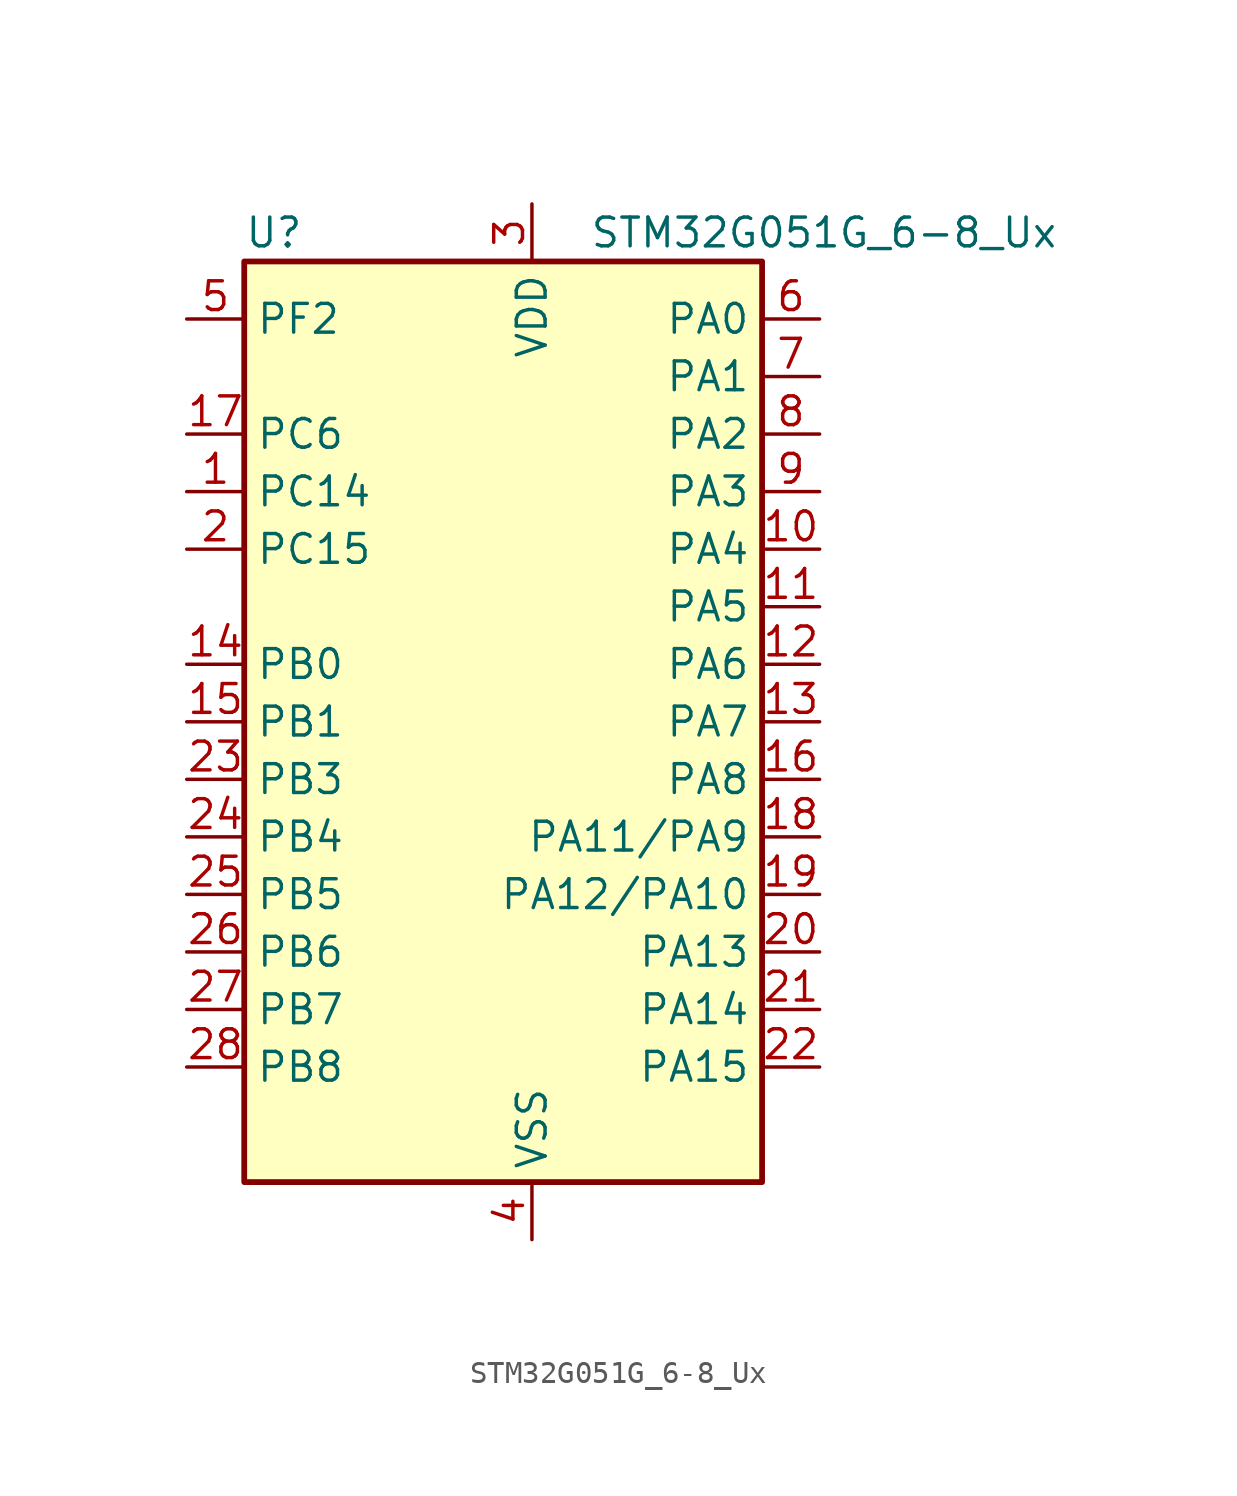
<source format=kicad_sym>
(kicad_symbol_lib
  (version 20231120)
  (generator "kicad_symbol_editor")
  (generator_version "8.0")
  (symbol "STM32G051G_6-8_Ux"
    (property "Reference" "U"
      (at -10.16 21.59 0)
      (effects (font (size 1.27 1.27)) (justify left)))
    (property "Value" "STM32G051G_6-8_Ux"
      (at 5.08 21.59 0)
      (effects (font (size 1.27 1.27)) (justify left)))
    (property "ki_locked" ""
      (at 0 0 0)
      (effects (font (size 1.27 1.27))))
    (symbol "STM32G051G_6-8_Ux_0_1"
      (rectangle (start -10.16 -20.32) (end 12.7 20.32) (stroke (width 0.254) (type default)) (fill (type background))))
    (symbol "STM32G051G_6-8_Ux_1_1"
      (pin bidirectional line (at -12.7 10.16 0) (length 2.54) (name "PC14" (effects (font (size 1.27 1.27)))) (number "1" (effects (font (size 1.27 1.27)))) (alternate "RCC_OSC32_IN" bidirectional line) (alternate "RCC_OSC_IN" bidirectional line) (alternate "TIM1_BK2" bidirectional line))
      (pin bidirectional line (at 15.24 7.62 180) (length 2.54) (name "PA4" (effects (font (size 1.27 1.27)))) (number "10" (effects (font (size 1.27 1.27)))) (alternate "ADC1_IN4" bidirectional line) (alternate "DAC1_OUT1" bidirectional line) (alternate "I2S1_WS" bidirectional line) (alternate "LPTIM2_OUT" bidirectional line) (alternate "RTC_OUT1" bidirectional line) (alternate "RTC_TAMP_IN1" bidirectional line) (alternate "RTC_TS" bidirectional line) (alternate "SPI1_NSS" bidirectional line) (alternate "SPI2_MOSI" bidirectional line) (alternate "SYS_WKUP2" bidirectional line) (alternate "TIM14_CH1" bidirectional line))
      (pin bidirectional line (at 15.24 5.08 180) (length 2.54) (name "PA5" (effects (font (size 1.27 1.27)))) (number "11" (effects (font (size 1.27 1.27)))) (alternate "ADC1_IN5" bidirectional line) (alternate "DAC1_OUT2" bidirectional line) (alternate "I2S1_CK" bidirectional line) (alternate "LPTIM2_ETR" bidirectional line) (alternate "SPI1_SCK" bidirectional line) (alternate "TIM2_CH1" bidirectional line) (alternate "TIM2_ETR" bidirectional line))
      (pin bidirectional line (at 15.24 2.54 180) (length 2.54) (name "PA6" (effects (font (size 1.27 1.27)))) (number "12" (effects (font (size 1.27 1.27)))) (alternate "ADC1_IN6" bidirectional line) (alternate "COMP1_OUT" bidirectional line) (alternate "I2S1_MCK" bidirectional line) (alternate "LPUART1_CTS" bidirectional line) (alternate "SPI1_MISO" bidirectional line) (alternate "TIM16_CH1" bidirectional line) (alternate "TIM1_BK" bidirectional line) (alternate "TIM3_CH1" bidirectional line))
      (pin bidirectional line (at 15.24 0 180) (length 2.54) (name "PA7" (effects (font (size 1.27 1.27)))) (number "13" (effects (font (size 1.27 1.27)))) (alternate "ADC1_IN7" bidirectional line) (alternate "COMP2_OUT" bidirectional line) (alternate "I2S1_SD" bidirectional line) (alternate "SPI1_MOSI" bidirectional line) (alternate "TIM14_CH1" bidirectional line) (alternate "TIM17_CH1" bidirectional line) (alternate "TIM1_CH1N" bidirectional line) (alternate "TIM3_CH2" bidirectional line))
      (pin bidirectional line (at -12.7 2.54 0) (length 2.54) (name "PB0" (effects (font (size 1.27 1.27)))) (number "14" (effects (font (size 1.27 1.27)))) (alternate "ADC1_IN8" bidirectional line) (alternate "COMP1_OUT" bidirectional line) (alternate "I2S1_WS" bidirectional line) (alternate "LPTIM1_OUT" bidirectional line) (alternate "SPI1_NSS" bidirectional line) (alternate "TIM1_CH2N" bidirectional line) (alternate "TIM3_CH3" bidirectional line))
      (pin bidirectional line (at -12.7 0 0) (length 2.54) (name "PB1" (effects (font (size 1.27 1.27)))) (number "15" (effects (font (size 1.27 1.27)))) (alternate "ADC1_IN9" bidirectional line) (alternate "COMP1_INM" bidirectional line) (alternate "LPTIM2_IN1" bidirectional line) (alternate "LPUART1_DE" bidirectional line) (alternate "LPUART1_RTS" bidirectional line) (alternate "TIM14_CH1" bidirectional line) (alternate "TIM1_CH3N" bidirectional line) (alternate "TIM3_CH4" bidirectional line))
      (pin bidirectional line (at 15.24 -2.54 180) (length 2.54) (name "PA8" (effects (font (size 1.27 1.27)))) (number "16" (effects (font (size 1.27 1.27)))) (alternate "LPTIM2_OUT" bidirectional line) (alternate "RCC_MCO" bidirectional line) (alternate "SPI2_NSS" bidirectional line) (alternate "TIM1_CH1" bidirectional line))
      (pin bidirectional line (at -12.7 12.7 0) (length 2.54) (name "PC6" (effects (font (size 1.27 1.27)))) (number "17" (effects (font (size 1.27 1.27)))) (alternate "TIM2_CH3" bidirectional line) (alternate "TIM3_CH1" bidirectional line))
      (pin bidirectional line (at 15.24 -5.08 180) (length 2.54) (name "PA11/PA9" (effects (font (size 1.27 1.27)))) (number "18" (effects (font (size 1.27 1.27)))) (alternate "ADC1_EXTI11" bidirectional line) (alternate "ADC1_IN15" bidirectional line) (alternate "COMP1_OUT" bidirectional line) (alternate "I2C2_SCL" bidirectional line) (alternate "I2S1_MCK" bidirectional line) (alternate "SPI1_MISO" bidirectional line) (alternate "TIM1_BK2" bidirectional line) (alternate "TIM1_CH4" bidirectional line) (alternate "USART1_CTS" bidirectional line) (alternate "USART1_NSS" bidirectional line))
      (pin bidirectional line (at 15.24 -7.62 180) (length 2.54) (name "PA12/PA10" (effects (font (size 1.27 1.27)))) (number "19" (effects (font (size 1.27 1.27)))) (alternate "ADC1_IN16" bidirectional line) (alternate "COMP2_OUT" bidirectional line) (alternate "I2C2_SDA" bidirectional line) (alternate "I2S1_SD" bidirectional line) (alternate "I2S_CKIN" bidirectional line) (alternate "SPI1_MOSI" bidirectional line) (alternate "TIM1_ETR" bidirectional line) (alternate "USART1_CK" bidirectional line) (alternate "USART1_DE" bidirectional line) (alternate "USART1_RTS" bidirectional line))
      (pin bidirectional line (at -12.7 7.62 0) (length 2.54) (name "PC15" (effects (font (size 1.27 1.27)))) (number "2" (effects (font (size 1.27 1.27)))) (alternate "RCC_OSC32_EN" bidirectional line) (alternate "RCC_OSC32_OUT" bidirectional line) (alternate "RCC_OSC_EN" bidirectional line) (alternate "TIM15_BK" bidirectional line))
      (pin bidirectional line (at 15.24 -10.16 180) (length 2.54) (name "PA13" (effects (font (size 1.27 1.27)))) (number "20" (effects (font (size 1.27 1.27)))) (alternate "ADC1_IN17" bidirectional line) (alternate "IR_OUT" bidirectional line) (alternate "SYS_SWDIO" bidirectional line))
      (pin bidirectional line (at 15.24 -12.7 180) (length 2.54) (name "PA14" (effects (font (size 1.27 1.27)))) (number "21" (effects (font (size 1.27 1.27)))) (alternate "ADC1_IN18" bidirectional line) (alternate "SYS_SWCLK" bidirectional line) (alternate "USART2_TX" bidirectional line))
      (pin bidirectional line (at 15.24 -15.24 180) (length 2.54) (name "PA15" (effects (font (size 1.27 1.27)))) (number "22" (effects (font (size 1.27 1.27)))) (alternate "I2S1_WS" bidirectional line) (alternate "SPI1_NSS" bidirectional line) (alternate "TIM2_CH1" bidirectional line) (alternate "TIM2_ETR" bidirectional line) (alternate "USART2_RX" bidirectional line))
      (pin bidirectional line (at -12.7 -2.54 0) (length 2.54) (name "PB3" (effects (font (size 1.27 1.27)))) (number "23" (effects (font (size 1.27 1.27)))) (alternate "COMP2_INM" bidirectional line) (alternate "I2S1_CK" bidirectional line) (alternate "SPI1_SCK" bidirectional line) (alternate "TIM1_CH2" bidirectional line) (alternate "TIM2_CH2" bidirectional line) (alternate "USART1_CK" bidirectional line) (alternate "USART1_DE" bidirectional line) (alternate "USART1_RTS" bidirectional line))
      (pin bidirectional line (at -12.7 -5.08 0) (length 2.54) (name "PB4" (effects (font (size 1.27 1.27)))) (number "24" (effects (font (size 1.27 1.27)))) (alternate "COMP2_INP" bidirectional line) (alternate "I2S1_MCK" bidirectional line) (alternate "SPI1_MISO" bidirectional line) (alternate "TIM17_BK" bidirectional line) (alternate "TIM3_CH1" bidirectional line) (alternate "USART1_CTS" bidirectional line) (alternate "USART1_NSS" bidirectional line))
      (pin bidirectional line (at -12.7 -7.62 0) (length 2.54) (name "PB5" (effects (font (size 1.27 1.27)))) (number "25" (effects (font (size 1.27 1.27)))) (alternate "COMP2_OUT" bidirectional line) (alternate "I2C1_SMBA" bidirectional line) (alternate "I2S1_SD" bidirectional line) (alternate "LPTIM1_IN1" bidirectional line) (alternate "SPI1_MOSI" bidirectional line) (alternate "SYS_WKUP6" bidirectional line) (alternate "TIM16_BK" bidirectional line) (alternate "TIM3_CH2" bidirectional line))
      (pin bidirectional line (at -12.7 -10.16 0) (length 2.54) (name "PB6" (effects (font (size 1.27 1.27)))) (number "26" (effects (font (size 1.27 1.27)))) (alternate "COMP2_INP" bidirectional line) (alternate "I2C1_SCL" bidirectional line) (alternate "LPTIM1_ETR" bidirectional line) (alternate "SPI2_MISO" bidirectional line) (alternate "TIM16_CH1N" bidirectional line) (alternate "TIM1_CH3" bidirectional line) (alternate "USART1_TX" bidirectional line))
      (pin bidirectional line (at -12.7 -12.7 0) (length 2.54) (name "PB7" (effects (font (size 1.27 1.27)))) (number "27" (effects (font (size 1.27 1.27)))) (alternate "ADC1_IN11" bidirectional line) (alternate "COMP2_INM" bidirectional line) (alternate "I2C1_SDA" bidirectional line) (alternate "LPTIM1_IN2" bidirectional line) (alternate "SPI2_MOSI" bidirectional line) (alternate "SYS_PVD_IN" bidirectional line) (alternate "TIM17_CH1N" bidirectional line) (alternate "USART1_RX" bidirectional line))
      (pin bidirectional line (at -12.7 -15.24 0) (length 2.54) (name "PB8" (effects (font (size 1.27 1.27)))) (number "28" (effects (font (size 1.27 1.27)))) (alternate "I2C1_SCL" bidirectional line) (alternate "SPI2_SCK" bidirectional line) (alternate "TIM15_BK" bidirectional line) (alternate "TIM16_CH1" bidirectional line))
      (pin power_in line (at 2.54 22.86 270) (length 2.54) (name "VDD" (effects (font (size 1.27 1.27)))) (number "3" (effects (font (size 1.27 1.27)))))
      (pin power_in line (at 2.54 -22.86 90) (length 2.54) (name "VSS" (effects (font (size 1.27 1.27)))) (number "4" (effects (font (size 1.27 1.27)))))
      (pin bidirectional line (at -12.7 17.78 0) (length 2.54) (name "PF2" (effects (font (size 1.27 1.27)))) (number "5" (effects (font (size 1.27 1.27)))) (alternate "RCC_MCO" bidirectional line))
      (pin bidirectional line (at 15.24 17.78 180) (length 2.54) (name "PA0" (effects (font (size 1.27 1.27)))) (number "6" (effects (font (size 1.27 1.27)))) (alternate "ADC1_IN0" bidirectional line) (alternate "COMP1_INM" bidirectional line) (alternate "COMP1_OUT" bidirectional line) (alternate "LPTIM1_OUT" bidirectional line) (alternate "RTC_TAMP_IN2" bidirectional line) (alternate "SPI2_SCK" bidirectional line) (alternate "SYS_WKUP1" bidirectional line) (alternate "TIM2_CH1" bidirectional line) (alternate "TIM2_ETR" bidirectional line) (alternate "USART2_CTS" bidirectional line) (alternate "USART2_NSS" bidirectional line))
      (pin bidirectional line (at 15.24 15.24 180) (length 2.54) (name "PA1" (effects (font (size 1.27 1.27)))) (number "7" (effects (font (size 1.27 1.27)))) (alternate "ADC1_IN1" bidirectional line) (alternate "COMP1_INP" bidirectional line) (alternate "I2C1_SMBA" bidirectional line) (alternate "I2S1_CK" bidirectional line) (alternate "SPI1_SCK" bidirectional line) (alternate "TIM15_CH1N" bidirectional line) (alternate "TIM2_CH2" bidirectional line) (alternate "USART2_CK" bidirectional line) (alternate "USART2_DE" bidirectional line) (alternate "USART2_RTS" bidirectional line))
      (pin bidirectional line (at 15.24 12.7 180) (length 2.54) (name "PA2" (effects (font (size 1.27 1.27)))) (number "8" (effects (font (size 1.27 1.27)))) (alternate "ADC1_IN2" bidirectional line) (alternate "COMP2_INM" bidirectional line) (alternate "COMP2_OUT" bidirectional line) (alternate "I2S1_SD" bidirectional line) (alternate "LPUART1_TX" bidirectional line) (alternate "RCC_LSCO" bidirectional line) (alternate "SPI1_MOSI" bidirectional line) (alternate "SYS_WKUP4" bidirectional line) (alternate "TIM15_CH1" bidirectional line) (alternate "TIM2_CH3" bidirectional line) (alternate "USART2_TX" bidirectional line))
      (pin bidirectional line (at 15.24 10.16 180) (length 2.54) (name "PA3" (effects (font (size 1.27 1.27)))) (number "9" (effects (font (size 1.27 1.27)))) (alternate "ADC1_IN3" bidirectional line) (alternate "COMP2_INP" bidirectional line) (alternate "LPUART1_RX" bidirectional line) (alternate "SPI2_MISO" bidirectional line) (alternate "TIM15_CH2" bidirectional line) (alternate "TIM2_CH4" bidirectional line) (alternate "USART2_RX" bidirectional line)))))
</source>
